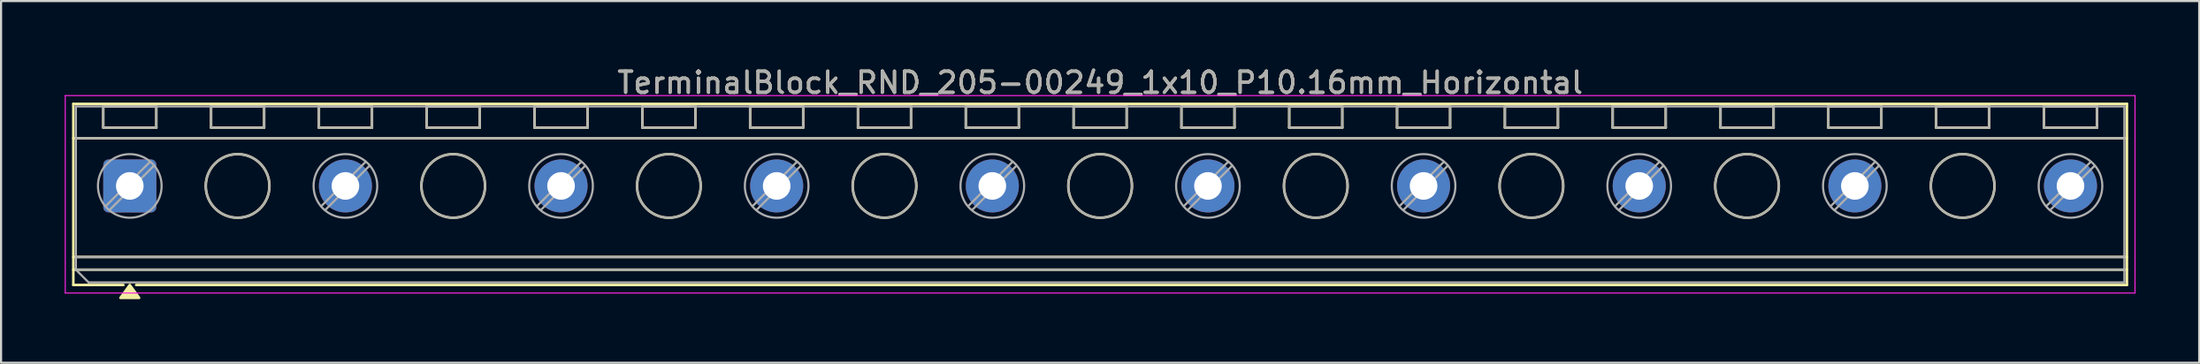
<source format=kicad_pcb>
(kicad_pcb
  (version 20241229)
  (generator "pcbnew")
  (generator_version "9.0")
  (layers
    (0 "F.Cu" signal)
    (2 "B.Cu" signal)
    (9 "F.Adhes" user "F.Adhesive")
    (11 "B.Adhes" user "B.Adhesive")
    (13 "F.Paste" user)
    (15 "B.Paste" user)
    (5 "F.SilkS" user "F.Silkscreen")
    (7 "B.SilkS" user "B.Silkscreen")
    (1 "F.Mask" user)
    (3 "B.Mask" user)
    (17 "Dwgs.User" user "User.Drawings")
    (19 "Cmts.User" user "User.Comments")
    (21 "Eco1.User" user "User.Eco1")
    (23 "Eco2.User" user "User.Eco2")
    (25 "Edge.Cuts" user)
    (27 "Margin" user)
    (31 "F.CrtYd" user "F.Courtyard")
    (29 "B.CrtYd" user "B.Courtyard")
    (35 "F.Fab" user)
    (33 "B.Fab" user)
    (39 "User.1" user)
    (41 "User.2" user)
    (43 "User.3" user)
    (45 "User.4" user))
  (footprint "TerminalBlock_RND_205-00249_1x10_P10.16mm_Horizontal"
    (layer "F.Cu")
    (at 3.065 5.718)
    (property "Reference" "TerminalBlock_RND_205-00249_1x10_P10.16mm_Horizontal" (at 45.72 -4.87 0) (layer "F.SilkS") (effects (font (size 1 1) (thickness 0.15))))
    (attr through_hole)
    (fp_line (start -2.66 -3.87) (end -2.66 4.67) (stroke (width 0.12) (type solid)) (layer "F.SilkS"))
    (fp_line (start -2.66 -3.87) (end 94.1 -3.87) (stroke (width 0.12) (type solid)) (layer "F.SilkS"))
    (fp_line (start -2.66 -2.25) (end 94.1 -2.25) (stroke (width 0.12) (type solid)) (layer "F.SilkS"))
    (fp_line (start -2.66 3.35) (end 94.1 3.35) (stroke (width 0.12) (type solid)) (layer "F.SilkS"))
    (fp_line (start -2.66 3.95) (end 94.1 3.95) (stroke (width 0.12) (type solid)) (layer "F.SilkS"))
    (fp_line (start -2.66 4.67) (end -0.3 4.67) (stroke (width 0.12) (type solid)) (layer "F.SilkS"))
    (fp_line (start -1.25 -3.75) (end -1.25 -2.75) (stroke (width 0.12) (type solid)) (layer "F.SilkS"))
    (fp_line (start -1.25 -3.75) (end 1.25 -3.75) (stroke (width 0.12) (type solid)) (layer "F.SilkS"))
    (fp_line (start -1.25 -2.75) (end 1.25 -2.75) (stroke (width 0.12) (type solid)) (layer "F.SilkS"))
    (fp_line (start 0.3 4.67) (end 94.1 4.67) (stroke (width 0.12) (type solid)) (layer "F.SilkS"))
    (fp_line (start 1.25 -3.75) (end 1.25 -2.75) (stroke (width 0.12) (type solid)) (layer "F.SilkS"))
    (fp_line (start 3.83 -3.75) (end 3.83 -2.75) (stroke (width 0.12) (type solid)) (layer "F.SilkS"))
    (fp_line (start 3.83 -3.75) (end 6.33 -3.75) (stroke (width 0.12) (type solid)) (layer "F.SilkS"))
    (fp_line (start 3.83 -2.75) (end 6.33 -2.75) (stroke (width 0.12) (type solid)) (layer "F.SilkS"))
    (fp_line (start 6.33 -3.75) (end 6.33 -2.75) (stroke (width 0.12) (type solid)) (layer "F.SilkS"))
    (fp_line (start 8.91 -3.75) (end 8.91 -2.75) (stroke (width 0.12) (type solid)) (layer "F.SilkS"))
    (fp_line (start 8.91 -3.75) (end 11.41 -3.75) (stroke (width 0.12) (type solid)) (layer "F.SilkS"))
    (fp_line (start 8.91 -2.75) (end 11.41 -2.75) (stroke (width 0.12) (type solid)) (layer "F.SilkS"))
    (fp_line (start 11.41 -3.75) (end 11.41 -2.75) (stroke (width 0.12) (type solid)) (layer "F.SilkS"))
    (fp_line (start 13.99 -3.75) (end 13.99 -2.75) (stroke (width 0.12) (type solid)) (layer "F.SilkS"))
    (fp_line (start 13.99 -3.75) (end 16.49 -3.75) (stroke (width 0.12) (type solid)) (layer "F.SilkS"))
    (fp_line (start 13.99 -2.75) (end 16.49 -2.75) (stroke (width 0.12) (type solid)) (layer "F.SilkS"))
    (fp_line (start 16.49 -3.75) (end 16.49 -2.75) (stroke (width 0.12) (type solid)) (layer "F.SilkS"))
    (fp_line (start 19.07 -3.75) (end 19.07 -2.75) (stroke (width 0.12) (type solid)) (layer "F.SilkS"))
    (fp_line (start 19.07 -3.75) (end 21.57 -3.75) (stroke (width 0.12) (type solid)) (layer "F.SilkS"))
    (fp_line (start 19.07 -2.75) (end 21.57 -2.75) (stroke (width 0.12) (type solid)) (layer "F.SilkS"))
    (fp_line (start 21.57 -3.75) (end 21.57 -2.75) (stroke (width 0.12) (type solid)) (layer "F.SilkS"))
    (fp_line (start 24.15 -3.75) (end 24.15 -2.75) (stroke (width 0.12) (type solid)) (layer "F.SilkS"))
    (fp_line (start 24.15 -3.75) (end 26.65 -3.75) (stroke (width 0.12) (type solid)) (layer "F.SilkS"))
    (fp_line (start 24.15 -2.75) (end 26.65 -2.75) (stroke (width 0.12) (type solid)) (layer "F.SilkS"))
    (fp_line (start 26.65 -3.75) (end 26.65 -2.75) (stroke (width 0.12) (type solid)) (layer "F.SilkS"))
    (fp_line (start 29.23 -3.75) (end 29.23 -2.75) (stroke (width 0.12) (type solid)) (layer "F.SilkS"))
    (fp_line (start 29.23 -3.75) (end 31.73 -3.75) (stroke (width 0.12) (type solid)) (layer "F.SilkS"))
    (fp_line (start 29.23 -2.75) (end 31.73 -2.75) (stroke (width 0.12) (type solid)) (layer "F.SilkS"))
    (fp_line (start 31.73 -3.75) (end 31.73 -2.75) (stroke (width 0.12) (type solid)) (layer "F.SilkS"))
    (fp_line (start 34.31 -3.75) (end 34.31 -2.75) (stroke (width 0.12) (type solid)) (layer "F.SilkS"))
    (fp_line (start 34.31 -3.75) (end 36.81 -3.75) (stroke (width 0.12) (type solid)) (layer "F.SilkS"))
    (fp_line (start 34.31 -2.75) (end 36.81 -2.75) (stroke (width 0.12) (type solid)) (layer "F.SilkS"))
    (fp_line (start 36.81 -3.75) (end 36.81 -2.75) (stroke (width 0.12) (type solid)) (layer "F.SilkS"))
    (fp_line (start 39.39 -3.75) (end 39.39 -2.75) (stroke (width 0.12) (type solid)) (layer "F.SilkS"))
    (fp_line (start 39.39 -3.75) (end 41.89 -3.75) (stroke (width 0.12) (type solid)) (layer "F.SilkS"))
    (fp_line (start 39.39 -2.75) (end 41.89 -2.75) (stroke (width 0.12) (type solid)) (layer "F.SilkS"))
    (fp_line (start 41.89 -3.75) (end 41.89 -2.75) (stroke (width 0.12) (type solid)) (layer "F.SilkS"))
    (fp_line (start 44.47 -3.75) (end 44.47 -2.75) (stroke (width 0.12) (type solid)) (layer "F.SilkS"))
    (fp_line (start 44.47 -3.75) (end 46.97 -3.75) (stroke (width 0.12) (type solid)) (layer "F.SilkS"))
    (fp_line (start 44.47 -2.75) (end 46.97 -2.75) (stroke (width 0.12) (type solid)) (layer "F.SilkS"))
    (fp_line (start 46.97 -3.75) (end 46.97 -2.75) (stroke (width 0.12) (type solid)) (layer "F.SilkS"))
    (fp_line (start 49.55 -3.75) (end 49.55 -2.75) (stroke (width 0.12) (type solid)) (layer "F.SilkS"))
    (fp_line (start 49.55 -3.75) (end 52.05 -3.75) (stroke (width 0.12) (type solid)) (layer "F.SilkS"))
    (fp_line (start 49.55 -2.75) (end 52.05 -2.75) (stroke (width 0.12) (type solid)) (layer "F.SilkS"))
    (fp_line (start 52.05 -3.75) (end 52.05 -2.75) (stroke (width 0.12) (type solid)) (layer "F.SilkS"))
    (fp_line (start 54.63 -3.75) (end 54.63 -2.75) (stroke (width 0.12) (type solid)) (layer "F.SilkS"))
    (fp_line (start 54.63 -3.75) (end 57.13 -3.75) (stroke (width 0.12) (type solid)) (layer "F.SilkS"))
    (fp_line (start 54.63 -2.75) (end 57.13 -2.75) (stroke (width 0.12) (type solid)) (layer "F.SilkS"))
    (fp_line (start 57.13 -3.75) (end 57.13 -2.75) (stroke (width 0.12) (type solid)) (layer "F.SilkS"))
    (fp_line (start 59.71 -3.75) (end 59.71 -2.75) (stroke (width 0.12) (type solid)) (layer "F.SilkS"))
    (fp_line (start 59.71 -3.75) (end 62.21 -3.75) (stroke (width 0.12) (type solid)) (layer "F.SilkS"))
    (fp_line (start 59.71 -2.75) (end 62.21 -2.75) (stroke (width 0.12) (type solid)) (layer "F.SilkS"))
    (fp_line (start 62.21 -3.75) (end 62.21 -2.75) (stroke (width 0.12) (type solid)) (layer "F.SilkS"))
    (fp_line (start 64.79 -3.75) (end 64.79 -2.75) (stroke (width 0.12) (type solid)) (layer "F.SilkS"))
    (fp_line (start 64.79 -3.75) (end 67.29 -3.75) (stroke (width 0.12) (type solid)) (layer "F.SilkS"))
    (fp_line (start 64.79 -2.75) (end 67.29 -2.75) (stroke (width 0.12) (type solid)) (layer "F.SilkS"))
    (fp_line (start 67.29 -3.75) (end 67.29 -2.75) (stroke (width 0.12) (type solid)) (layer "F.SilkS"))
    (fp_line (start 69.87 -3.75) (end 69.87 -2.75) (stroke (width 0.12) (type solid)) (layer "F.SilkS"))
    (fp_line (start 69.87 -3.75) (end 72.37 -3.75) (stroke (width 0.12) (type solid)) (layer "F.SilkS"))
    (fp_line (start 69.87 -2.75) (end 72.37 -2.75) (stroke (width 0.12) (type solid)) (layer "F.SilkS"))
    (fp_line (start 72.37 -3.75) (end 72.37 -2.75) (stroke (width 0.12) (type solid)) (layer "F.SilkS"))
    (fp_line (start 74.95 -3.75) (end 74.95 -2.75) (stroke (width 0.12) (type solid)) (layer "F.SilkS"))
    (fp_line (start 74.95 -3.75) (end 77.45 -3.75) (stroke (width 0.12) (type solid)) (layer "F.SilkS"))
    (fp_line (start 74.95 -2.75) (end 77.45 -2.75) (stroke (width 0.12) (type solid)) (layer "F.SilkS"))
    (fp_line (start 77.45 -3.75) (end 77.45 -2.75) (stroke (width 0.12) (type solid)) (layer "F.SilkS"))
    (fp_line (start 80.03 -3.75) (end 80.03 -2.75) (stroke (width 0.12) (type solid)) (layer "F.SilkS"))
    (fp_line (start 80.03 -3.75) (end 82.53 -3.75) (stroke (width 0.12) (type solid)) (layer "F.SilkS"))
    (fp_line (start 80.03 -2.75) (end 82.53 -2.75) (stroke (width 0.12) (type solid)) (layer "F.SilkS"))
    (fp_line (start 82.53 -3.75) (end 82.53 -2.75) (stroke (width 0.12) (type solid)) (layer "F.SilkS"))
    (fp_line (start 85.11 -3.75) (end 85.11 -2.75) (stroke (width 0.12) (type solid)) (layer "F.SilkS"))
    (fp_line (start 85.11 -3.75) (end 87.61 -3.75) (stroke (width 0.12) (type solid)) (layer "F.SilkS"))
    (fp_line (start 85.11 -2.75) (end 87.61 -2.75) (stroke (width 0.12) (type solid)) (layer "F.SilkS"))
    (fp_line (start 87.61 -3.75) (end 87.61 -2.75) (stroke (width 0.12) (type solid)) (layer "F.SilkS"))
    (fp_line (start 90.19 -3.75) (end 90.19 -2.75) (stroke (width 0.12) (type solid)) (layer "F.SilkS"))
    (fp_line (start 90.19 -3.75) (end 92.69 -3.75) (stroke (width 0.12) (type solid)) (layer "F.SilkS"))
    (fp_line (start 90.19 -2.75) (end 92.69 -2.75) (stroke (width 0.12) (type solid)) (layer "F.SilkS"))
    (fp_line (start 92.69 -3.75) (end 92.69 -2.75) (stroke (width 0.12) (type solid)) (layer "F.SilkS"))
    (fp_line (start 94.1 -3.87) (end 94.1 4.67) (stroke (width 0.12) (type solid)) (layer "F.SilkS"))
    (fp_circle (center 5.08 0) (end 6.58 0) (stroke (width 0.12) (type solid)) (fill no) (layer "F.SilkS"))
    (fp_circle (center 15.24 0) (end 16.74 0) (stroke (width 0.12) (type solid)) (fill no) (layer "F.SilkS"))
    (fp_circle (center 25.4 0) (end 26.9 0) (stroke (width 0.12) (type solid)) (fill no) (layer "F.SilkS"))
    (fp_circle (center 35.56 0) (end 37.06 0) (stroke (width 0.12) (type solid)) (fill no) (layer "F.SilkS"))
    (fp_circle (center 45.72 0) (end 47.22 0) (stroke (width 0.12) (type solid)) (fill no) (layer "F.SilkS"))
    (fp_circle (center 55.88 0) (end 57.38 0) (stroke (width 0.12) (type solid)) (fill no) (layer "F.SilkS"))
    (fp_circle (center 66.04 0) (end 67.54 0) (stroke (width 0.12) (type solid)) (fill no) (layer "F.SilkS"))
    (fp_circle (center 76.2 0) (end 77.7 0) (stroke (width 0.12) (type solid)) (fill no) (layer "F.SilkS"))
    (fp_circle (center 86.36 0) (end 87.86 0) (stroke (width 0.12) (type solid)) (fill no) (layer "F.SilkS"))
    (fp_poly (pts (xy 0 4.67) (xy 0.44 5.28) (xy -0.44 5.28)) (stroke (width 0.12) (type solid)) (fill yes) (layer "F.SilkS"))
    (fp_line (start -3.04 -4.26) (end -3.04 5.05) (stroke (width 0.05) (type solid)) (layer "F.CrtYd"))
    (fp_line (start -3.04 5.05) (end 94.48 5.05) (stroke (width 0.05) (type solid)) (layer "F.CrtYd"))
    (fp_line (start 94.48 -4.26) (end -3.04 -4.26) (stroke (width 0.05) (type solid)) (layer "F.CrtYd"))
    (fp_line (start 94.48 5.05) (end 94.48 -4.26) (stroke (width 0.05) (type solid)) (layer "F.CrtYd"))
    (fp_line (start -2.54 -3.75) (end 93.98 -3.75) (stroke (width 0.1) (type solid)) (layer "F.Fab"))
    (fp_line (start -2.54 -2.25) (end 93.98 -2.25) (stroke (width 0.1) (type solid)) (layer "F.Fab"))
    (fp_line (start -2.54 3.35) (end 93.98 3.35) (stroke (width 0.1) (type solid)) (layer "F.Fab"))
    (fp_line (start -2.54 3.95) (end -2.54 -3.75) (stroke (width 0.1) (type solid)) (layer "F.Fab"))
    (fp_line (start -2.54 3.95) (end 93.98 3.95) (stroke (width 0.1) (type solid)) (layer "F.Fab"))
    (fp_line (start -1.94 4.55) (end -2.54 3.95) (stroke (width 0.1) (type solid)) (layer "F.Fab"))
    (fp_line (start -1.25 -3.75) (end -1.25 -2.75) (stroke (width 0.1) (type solid)) (layer "F.Fab"))
    (fp_line (start -1.25 -2.75) (end 1.25 -2.75) (stroke (width 0.1) (type solid)) (layer "F.Fab"))
    (fp_line (start 0.955 -1.138) (end -1.138 0.954) (stroke (width 0.1) (type solid)) (layer "F.Fab"))
    (fp_line (start 1.138 -0.954) (end -0.955 1.137) (stroke (width 0.1) (type solid)) (layer "F.Fab"))
    (fp_line (start 1.25 -3.75) (end -1.25 -3.75) (stroke (width 0.1) (type solid)) (layer "F.Fab"))
    (fp_line (start 1.25 -2.75) (end 1.25 -3.75) (stroke (width 0.1) (type solid)) (layer "F.Fab"))
    (fp_line (start 3.83 -3.75) (end 3.83 -2.75) (stroke (width 0.1) (type solid)) (layer "F.Fab"))
    (fp_line (start 3.83 -2.75) (end 6.33 -2.75) (stroke (width 0.1) (type solid)) (layer "F.Fab"))
    (fp_line (start 6.33 -3.75) (end 3.83 -3.75) (stroke (width 0.1) (type solid)) (layer "F.Fab"))
    (fp_line (start 6.33 -2.75) (end 6.33 -3.75) (stroke (width 0.1) (type solid)) (layer "F.Fab"))
    (fp_line (start 8.91 -3.75) (end 8.91 -2.75) (stroke (width 0.1) (type solid)) (layer "F.Fab"))
    (fp_line (start 8.91 -2.75) (end 11.41 -2.75) (stroke (width 0.1) (type solid)) (layer "F.Fab"))
    (fp_line (start 11.115 -1.138) (end 9.022 0.954) (stroke (width 0.1) (type solid)) (layer "F.Fab"))
    (fp_line (start 11.298 -0.954) (end 9.205 1.137) (stroke (width 0.1) (type solid)) (layer "F.Fab"))
    (fp_line (start 11.41 -3.75) (end 8.91 -3.75) (stroke (width 0.1) (type solid)) (layer "F.Fab"))
    (fp_line (start 11.41 -2.75) (end 11.41 -3.75) (stroke (width 0.1) (type solid)) (layer "F.Fab"))
    (fp_line (start 13.99 -3.75) (end 13.99 -2.75) (stroke (width 0.1) (type solid)) (layer "F.Fab"))
    (fp_line (start 13.99 -2.75) (end 16.49 -2.75) (stroke (width 0.1) (type solid)) (layer "F.Fab"))
    (fp_line (start 16.49 -3.75) (end 13.99 -3.75) (stroke (width 0.1) (type solid)) (layer "F.Fab"))
    (fp_line (start 16.49 -2.75) (end 16.49 -3.75) (stroke (width 0.1) (type solid)) (layer "F.Fab"))
    (fp_line (start 19.07 -3.75) (end 19.07 -2.75) (stroke (width 0.1) (type solid)) (layer "F.Fab"))
    (fp_line (start 19.07 -2.75) (end 21.57 -2.75) (stroke (width 0.1) (type solid)) (layer "F.Fab"))
    (fp_line (start 21.275 -1.138) (end 19.182 0.954) (stroke (width 0.1) (type solid)) (layer "F.Fab"))
    (fp_line (start 21.458 -0.954) (end 19.365 1.137) (stroke (width 0.1) (type solid)) (layer "F.Fab"))
    (fp_line (start 21.57 -3.75) (end 19.07 -3.75) (stroke (width 0.1) (type solid)) (layer "F.Fab"))
    (fp_line (start 21.57 -2.75) (end 21.57 -3.75) (stroke (width 0.1) (type solid)) (layer "F.Fab"))
    (fp_line (start 24.15 -3.75) (end 24.15 -2.75) (stroke (width 0.1) (type solid)) (layer "F.Fab"))
    (fp_line (start 24.15 -2.75) (end 26.65 -2.75) (stroke (width 0.1) (type solid)) (layer "F.Fab"))
    (fp_line (start 26.65 -3.75) (end 24.15 -3.75) (stroke (width 0.1) (type solid)) (layer "F.Fab"))
    (fp_line (start 26.65 -2.75) (end 26.65 -3.75) (stroke (width 0.1) (type solid)) (layer "F.Fab"))
    (fp_line (start 29.23 -3.75) (end 29.23 -2.75) (stroke (width 0.1) (type solid)) (layer "F.Fab"))
    (fp_line (start 29.23 -2.75) (end 31.73 -2.75) (stroke (width 0.1) (type solid)) (layer "F.Fab"))
    (fp_line (start 31.435 -1.138) (end 29.342 0.954) (stroke (width 0.1) (type solid)) (layer "F.Fab"))
    (fp_line (start 31.618 -0.954) (end 29.525 1.137) (stroke (width 0.1) (type solid)) (layer "F.Fab"))
    (fp_line (start 31.73 -3.75) (end 29.23 -3.75) (stroke (width 0.1) (type solid)) (layer "F.Fab"))
    (fp_line (start 31.73 -2.75) (end 31.73 -3.75) (stroke (width 0.1) (type solid)) (layer "F.Fab"))
    (fp_line (start 34.31 -3.75) (end 34.31 -2.75) (stroke (width 0.1) (type solid)) (layer "F.Fab"))
    (fp_line (start 34.31 -2.75) (end 36.81 -2.75) (stroke (width 0.1) (type solid)) (layer "F.Fab"))
    (fp_line (start 36.81 -3.75) (end 34.31 -3.75) (stroke (width 0.1) (type solid)) (layer "F.Fab"))
    (fp_line (start 36.81 -2.75) (end 36.81 -3.75) (stroke (width 0.1) (type solid)) (layer "F.Fab"))
    (fp_line (start 39.39 -3.75) (end 39.39 -2.75) (stroke (width 0.1) (type solid)) (layer "F.Fab"))
    (fp_line (start 39.39 -2.75) (end 41.89 -2.75) (stroke (width 0.1) (type solid)) (layer "F.Fab"))
    (fp_line (start 41.595 -1.138) (end 39.502 0.954) (stroke (width 0.1) (type solid)) (layer "F.Fab"))
    (fp_line (start 41.778 -0.954) (end 39.685 1.137) (stroke (width 0.1) (type solid)) (layer "F.Fab"))
    (fp_line (start 41.89 -3.75) (end 39.39 -3.75) (stroke (width 0.1) (type solid)) (layer "F.Fab"))
    (fp_line (start 41.89 -2.75) (end 41.89 -3.75) (stroke (width 0.1) (type solid)) (layer "F.Fab"))
    (fp_line (start 44.47 -3.75) (end 44.47 -2.75) (stroke (width 0.1) (type solid)) (layer "F.Fab"))
    (fp_line (start 44.47 -2.75) (end 46.97 -2.75) (stroke (width 0.1) (type solid)) (layer "F.Fab"))
    (fp_line (start 46.97 -3.75) (end 44.47 -3.75) (stroke (width 0.1) (type solid)) (layer "F.Fab"))
    (fp_line (start 46.97 -2.75) (end 46.97 -3.75) (stroke (width 0.1) (type solid)) (layer "F.Fab"))
    (fp_line (start 49.55 -3.75) (end 49.55 -2.75) (stroke (width 0.1) (type solid)) (layer "F.Fab"))
    (fp_line (start 49.55 -2.75) (end 52.05 -2.75) (stroke (width 0.1) (type solid)) (layer "F.Fab"))
    (fp_line (start 51.755 -1.138) (end 49.662 0.954) (stroke (width 0.1) (type solid)) (layer "F.Fab"))
    (fp_line (start 51.938 -0.954) (end 49.845 1.137) (stroke (width 0.1) (type solid)) (layer "F.Fab"))
    (fp_line (start 52.05 -3.75) (end 49.55 -3.75) (stroke (width 0.1) (type solid)) (layer "F.Fab"))
    (fp_line (start 52.05 -2.75) (end 52.05 -3.75) (stroke (width 0.1) (type solid)) (layer "F.Fab"))
    (fp_line (start 54.63 -3.75) (end 54.63 -2.75) (stroke (width 0.1) (type solid)) (layer "F.Fab"))
    (fp_line (start 54.63 -2.75) (end 57.13 -2.75) (stroke (width 0.1) (type solid)) (layer "F.Fab"))
    (fp_line (start 57.13 -3.75) (end 54.63 -3.75) (stroke (width 0.1) (type solid)) (layer "F.Fab"))
    (fp_line (start 57.13 -2.75) (end 57.13 -3.75) (stroke (width 0.1) (type solid)) (layer "F.Fab"))
    (fp_line (start 59.71 -3.75) (end 59.71 -2.75) (stroke (width 0.1) (type solid)) (layer "F.Fab"))
    (fp_line (start 59.71 -2.75) (end 62.21 -2.75) (stroke (width 0.1) (type solid)) (layer "F.Fab"))
    (fp_line (start 61.915 -1.138) (end 59.822 0.954) (stroke (width 0.1) (type solid)) (layer "F.Fab"))
    (fp_line (start 62.098 -0.954) (end 60.005 1.137) (stroke (width 0.1) (type solid)) (layer "F.Fab"))
    (fp_line (start 62.21 -3.75) (end 59.71 -3.75) (stroke (width 0.1) (type solid)) (layer "F.Fab"))
    (fp_line (start 62.21 -2.75) (end 62.21 -3.75) (stroke (width 0.1) (type solid)) (layer "F.Fab"))
    (fp_line (start 64.79 -3.75) (end 64.79 -2.75) (stroke (width 0.1) (type solid)) (layer "F.Fab"))
    (fp_line (start 64.79 -2.75) (end 67.29 -2.75) (stroke (width 0.1) (type solid)) (layer "F.Fab"))
    (fp_line (start 67.29 -3.75) (end 64.79 -3.75) (stroke (width 0.1) (type solid)) (layer "F.Fab"))
    (fp_line (start 67.29 -2.75) (end 67.29 -3.75) (stroke (width 0.1) (type solid)) (layer "F.Fab"))
    (fp_line (start 69.87 -3.75) (end 69.87 -2.75) (stroke (width 0.1) (type solid)) (layer "F.Fab"))
    (fp_line (start 69.87 -2.75) (end 72.37 -2.75) (stroke (width 0.1) (type solid)) (layer "F.Fab"))
    (fp_line (start 72.075 -1.138) (end 69.982 0.954) (stroke (width 0.1) (type solid)) (layer "F.Fab"))
    (fp_line (start 72.258 -0.954) (end 70.165 1.137) (stroke (width 0.1) (type solid)) (layer "F.Fab"))
    (fp_line (start 72.37 -3.75) (end 69.87 -3.75) (stroke (width 0.1) (type solid)) (layer "F.Fab"))
    (fp_line (start 72.37 -2.75) (end 72.37 -3.75) (stroke (width 0.1) (type solid)) (layer "F.Fab"))
    (fp_line (start 74.95 -3.75) (end 74.95 -2.75) (stroke (width 0.1) (type solid)) (layer "F.Fab"))
    (fp_line (start 74.95 -2.75) (end 77.45 -2.75) (stroke (width 0.1) (type solid)) (layer "F.Fab"))
    (fp_line (start 77.45 -3.75) (end 74.95 -3.75) (stroke (width 0.1) (type solid)) (layer "F.Fab"))
    (fp_line (start 77.45 -2.75) (end 77.45 -3.75) (stroke (width 0.1) (type solid)) (layer "F.Fab"))
    (fp_line (start 80.03 -3.75) (end 80.03 -2.75) (stroke (width 0.1) (type solid)) (layer "F.Fab"))
    (fp_line (start 80.03 -2.75) (end 82.53 -2.75) (stroke (width 0.1) (type solid)) (layer "F.Fab"))
    (fp_line (start 82.235 -1.138) (end 80.142 0.954) (stroke (width 0.1) (type solid)) (layer "F.Fab"))
    (fp_line (start 82.418 -0.954) (end 80.325 1.137) (stroke (width 0.1) (type solid)) (layer "F.Fab"))
    (fp_line (start 82.53 -3.75) (end 80.03 -3.75) (stroke (width 0.1) (type solid)) (layer "F.Fab"))
    (fp_line (start 82.53 -2.75) (end 82.53 -3.75) (stroke (width 0.1) (type solid)) (layer "F.Fab"))
    (fp_line (start 85.11 -3.75) (end 85.11 -2.75) (stroke (width 0.1) (type solid)) (layer "F.Fab"))
    (fp_line (start 85.11 -2.75) (end 87.61 -2.75) (stroke (width 0.1) (type solid)) (layer "F.Fab"))
    (fp_line (start 87.61 -3.75) (end 85.11 -3.75) (stroke (width 0.1) (type solid)) (layer "F.Fab"))
    (fp_line (start 87.61 -2.75) (end 87.61 -3.75) (stroke (width 0.1) (type solid)) (layer "F.Fab"))
    (fp_line (start 90.19 -3.75) (end 90.19 -2.75) (stroke (width 0.1) (type solid)) (layer "F.Fab"))
    (fp_line (start 90.19 -2.75) (end 92.69 -2.75) (stroke (width 0.1) (type solid)) (layer "F.Fab"))
    (fp_line (start 92.395 -1.138) (end 90.302 0.954) (stroke (width 0.1) (type solid)) (layer "F.Fab"))
    (fp_line (start 92.578 -0.954) (end 90.485 1.137) (stroke (width 0.1) (type solid)) (layer "F.Fab"))
    (fp_line (start 92.69 -3.75) (end 90.19 -3.75) (stroke (width 0.1) (type solid)) (layer "F.Fab"))
    (fp_line (start 92.69 -2.75) (end 92.69 -3.75) (stroke (width 0.1) (type solid)) (layer "F.Fab"))
    (fp_line (start 93.98 -3.75) (end 93.98 4.55) (stroke (width 0.1) (type solid)) (layer "F.Fab"))
    (fp_line (start 93.98 4.55) (end -1.94 4.55) (stroke (width 0.1) (type solid)) (layer "F.Fab"))
    (fp_circle (center 0 0) (end 1.5 0) (stroke (width 0.1) (type solid)) (fill no) (layer "F.Fab"))
    (fp_circle (center 5.08 0) (end 6.58 0) (stroke (width 0.1) (type solid)) (fill no) (layer "F.Fab"))
    (fp_circle (center 10.16 0) (end 11.66 0) (stroke (width 0.1) (type solid)) (fill no) (layer "F.Fab"))
    (fp_circle (center 15.24 0) (end 16.74 0) (stroke (width 0.1) (type solid)) (fill no) (layer "F.Fab"))
    (fp_circle (center 20.32 0) (end 21.82 0) (stroke (width 0.1) (type solid)) (fill no) (layer "F.Fab"))
    (fp_circle (center 25.4 0) (end 26.9 0) (stroke (width 0.1) (type solid)) (fill no) (layer "F.Fab"))
    (fp_circle (center 30.48 0) (end 31.98 0) (stroke (width 0.1) (type solid)) (fill no) (layer "F.Fab"))
    (fp_circle (center 35.56 0) (end 37.06 0) (stroke (width 0.1) (type solid)) (fill no) (layer "F.Fab"))
    (fp_circle (center 40.64 0) (end 42.14 0) (stroke (width 0.1) (type solid)) (fill no) (layer "F.Fab"))
    (fp_circle (center 45.72 0) (end 47.22 0) (stroke (width 0.1) (type solid)) (fill no) (layer "F.Fab"))
    (fp_circle (center 50.8 0) (end 52.3 0) (stroke (width 0.1) (type solid)) (fill no) (layer "F.Fab"))
    (fp_circle (center 55.88 0) (end 57.38 0) (stroke (width 0.1) (type solid)) (fill no) (layer "F.Fab"))
    (fp_circle (center 60.96 0) (end 62.46 0) (stroke (width 0.1) (type solid)) (fill no) (layer "F.Fab"))
    (fp_circle (center 66.04 0) (end 67.54 0) (stroke (width 0.1) (type solid)) (fill no) (layer "F.Fab"))
    (fp_circle (center 71.12 0) (end 72.62 0) (stroke (width 0.1) (type solid)) (fill no) (layer "F.Fab"))
    (fp_circle (center 76.2 0) (end 77.7 0) (stroke (width 0.1) (type solid)) (fill no) (layer "F.Fab"))
    (fp_circle (center 81.28 0) (end 82.78 0) (stroke (width 0.1) (type solid)) (fill no) (layer "F.Fab"))
    (fp_circle (center 86.36 0) (end 87.86 0) (stroke (width 0.1) (type solid)) (fill no) (layer "F.Fab"))
    (fp_circle (center 91.44 0) (end 92.94 0) (stroke (width 0.1) (type solid)) (fill no) (layer "F.Fab"))
    (fp_text user "${REFERENCE}" (at 45.72 -4.87 0) (layer "F.Fab") (effects (font (size 1 1) (thickness 0.15))))
    (pad "1" thru_hole roundrect (at 0 0) (size 2.5 2.5) (drill 1.3) (layers "*.Cu" "*.Mask") (roundrect_rratio 0.1))
    (pad "2" thru_hole circle (at 10.16 0) (size 2.5 2.5) (drill 1.3) (layers "*.Cu" "*.Mask"))
    (pad "3" thru_hole circle (at 20.32 0) (size 2.5 2.5) (drill 1.3) (layers "*.Cu" "*.Mask"))
    (pad "4" thru_hole circle (at 30.48 0) (size 2.5 2.5) (drill 1.3) (layers "*.Cu" "*.Mask"))
    (pad "5" thru_hole circle (at 40.64 0) (size 2.5 2.5) (drill 1.3) (layers "*.Cu" "*.Mask"))
    (pad "6" thru_hole circle (at 50.8 0) (size 2.5 2.5) (drill 1.3) (layers "*.Cu" "*.Mask"))
    (pad "7" thru_hole circle (at 60.96 0) (size 2.5 2.5) (drill 1.3) (layers "*.Cu" "*.Mask"))
    (pad "8" thru_hole circle (at 71.12 0) (size 2.5 2.5) (drill 1.3) (layers "*.Cu" "*.Mask"))
    (pad "9" thru_hole circle (at 81.28 0) (size 2.5 2.5) (drill 1.3) (layers "*.Cu" "*.Mask"))
    (pad "10" thru_hole circle (at 91.44 0) (size 2.5 2.5) (drill 1.3) (layers "*.Cu" "*.Mask")))
  (gr_rect
    (start -3 -3)
    (end 100.57 14.058)
    (stroke (width 0.1) (type default))
    (fill no)
    (layer "Edge.Cuts")))
</source>
